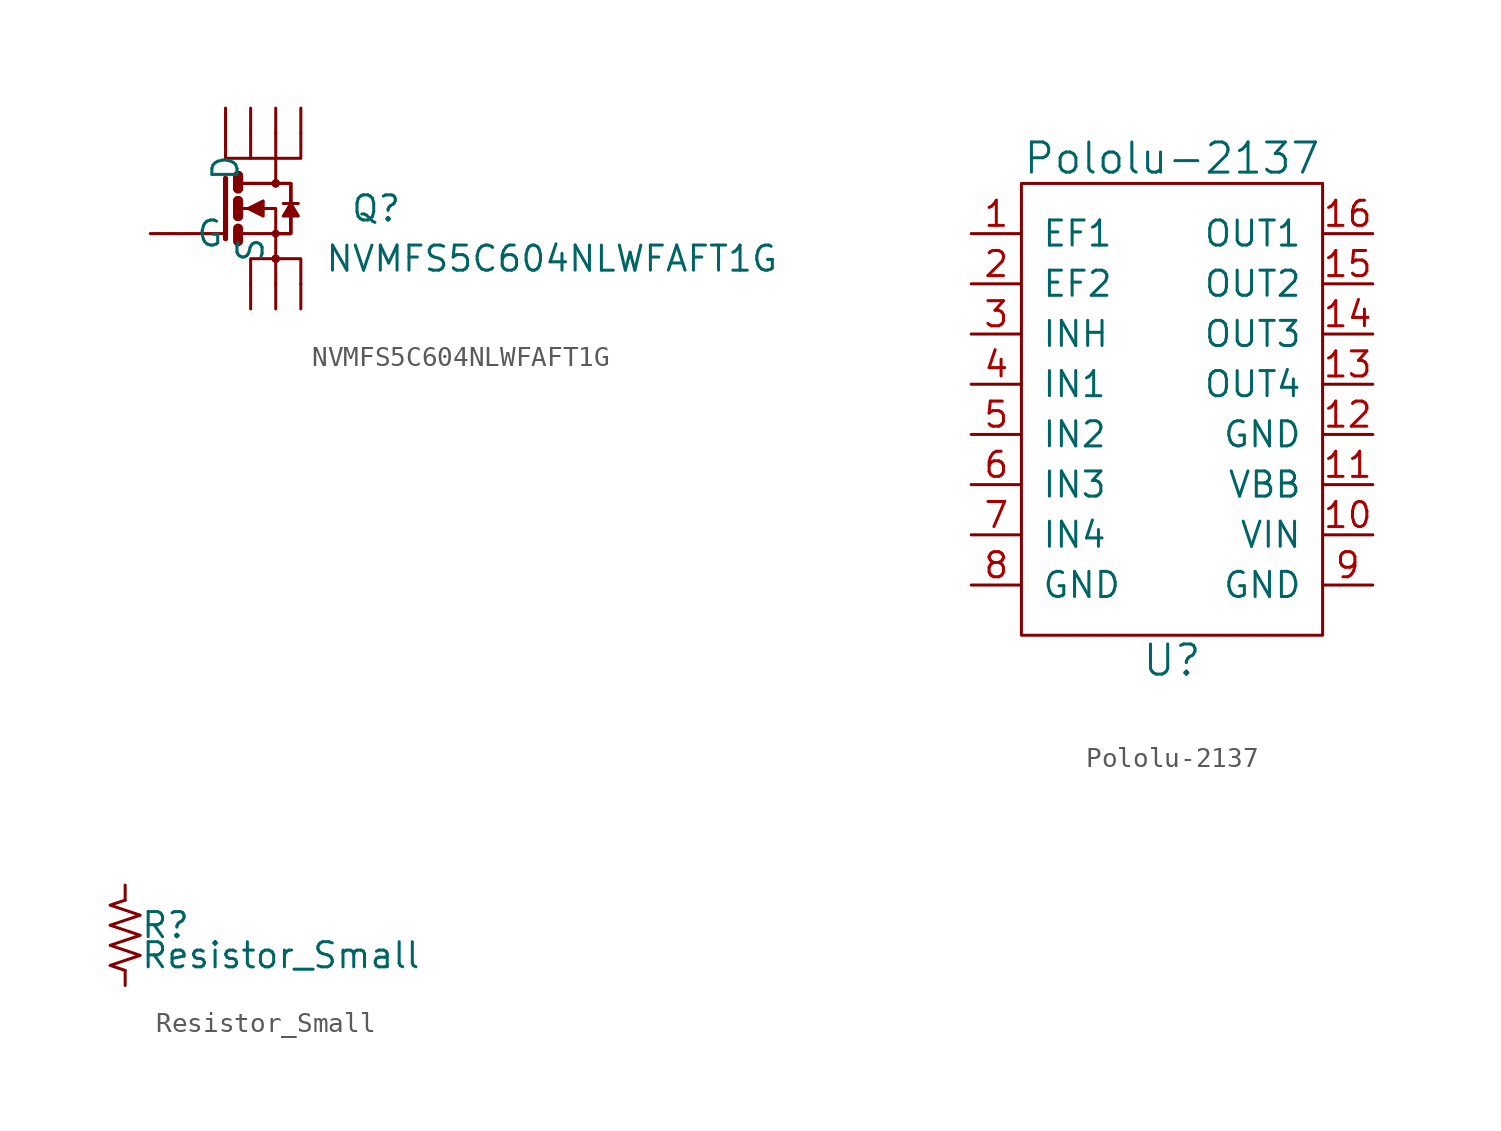
<source format=kicad_sym>
(kicad_symbol_lib
  (version 20211014)
  (generator kicad_symbol_editor)
  (symbol "NVMFS5C604NLWFAFT1G"
    (pin_names
      (offset 1.016))
    (property "Reference" "Q"
      (at 6.35 0 0)
      (effects (font (size 1.27 1.27))))
    (property "Value" "NVMFS5C604NLWFAFT1G"
      (at 15.24 -2.54 0)
      (effects (font (size 1.27 1.27))))
    (symbol "NVMFS5C604NLWFAFT1G_1_1"
      (polyline (pts (xy -3.81 -1.27) (xy -2.54 -1.27)) (stroke (width 0) (type default) (color 0 0 0 0)) (fill (type none)))
      (polyline (pts (xy -1.27 -1.27) (xy -2.54 -1.27)) (stroke (width 0) (type default) (color 0 0 0 0)) (fill (type none)))
      (polyline (pts (xy -0.635 -1.016) (xy -0.635 -1.651)) (stroke (width 0.508) (type default) (color 0 0 0 0)) (fill (type none)))
      (polyline (pts (xy -0.635 0.381) (xy -0.635 -0.381)) (stroke (width 0.508) (type default) (color 0 0 0 0)) (fill (type none)))
      (polyline (pts (xy -0.635 0.381) (xy -0.635 -0.381)) (stroke (width 0.508) (type default) (color 0 0 0 0)) (fill (type none)))
      (polyline (pts (xy -0.635 1.651) (xy -0.635 1.016)) (stroke (width 0.508) (type default) (color 0 0 0 0)) (fill (type none)))
      (polyline (pts (xy -0.635 1.651) (xy -0.635 1.016)) (stroke (width 0.508) (type default) (color 0 0 0 0)) (fill (type none)))
      (polyline (pts (xy -0.508 -1.27) (xy 1.27 -1.27)) (stroke (width 0) (type default) (color 0 0 0 0)) (fill (type none)))
      (polyline (pts (xy -0.508 1.27) (xy 1.27 1.27)) (stroke (width 0) (type default) (color 0 0 0 0)) (fill (type none)))
      (polyline (pts (xy -0.508 1.27) (xy 1.27 1.27)) (stroke (width 0) (type default) (color 0 0 0 0)) (fill (type none)))
      (polyline (pts (xy -0.508 1.27) (xy 1.27 1.27)) (stroke (width 0) (type default) (color 0 0 0 0)) (fill (type none)))
      (polyline (pts (xy -0.508 1.27) (xy 1.27 1.27)) (stroke (width 0) (type default) (color 0 0 0 0)) (fill (type none)))
      (polyline (pts (xy 0 3.81) (xy 0 2.54)) (stroke (width 0) (type default) (color 0 0 0 0)) (fill (type none)))
      (polyline (pts (xy 1.27 -2.54) (xy 1.27 -3.81)) (stroke (width 0) (type default) (color 0 0 0 0)) (fill (type none)))
      (polyline (pts (xy 1.27 -1.27) (xy 1.27 -2.54)) (stroke (width 0) (type default) (color 0 0 0 0)) (fill (type none)))
      (polyline (pts (xy 1.27 3.81) (xy 1.27 2.54)) (stroke (width 0) (type default) (color 0 0 0 0)) (fill (type none)))
      (polyline (pts (xy 1.651 0.254) (xy 2.413 0.254)) (stroke (width 0) (type default) (color 0 0 0 0)) (fill (type none)))
      (polyline (pts (xy -1.27 1.524) (xy -1.27 -1.524) (xy -1.27 -1.524)) (stroke (width 0.254) (type default) (color 0 0 0 0)) (fill (type none)))
      (polyline (pts (xy -1.27 1.524) (xy -1.27 -1.524) (xy -1.27 -1.524)) (stroke (width 0.254) (type default) (color 0 0 0 0)) (fill (type none)))
      (polyline (pts (xy -0.508 0) (xy 1.27 0) (xy 1.27 -1.27)) (stroke (width 0) (type default) (color 0 0 0 0)) (fill (type none)))
      (polyline (pts (xy 1.27 -2.54) (xy 0 -2.54) (xy 0 -3.81)) (stroke (width 0) (type default) (color 0 0 0 0)) (fill (type none)))
      (polyline (pts (xy 1.27 -2.54) (xy 2.54 -2.54) (xy 2.54 -3.81)) (stroke (width 0) (type default) (color 0 0 0 0)) (fill (type none)))
      (polyline (pts (xy 2.54 3.81) (xy 2.54 2.54) (xy 1.27 2.54)) (stroke (width 0) (type default) (color 0 0 0 0)) (fill (type none)))
      (polyline (pts (xy -1.27 3.81) (xy -1.27 2.54) (xy 1.27 2.54) (xy 1.27 1.27)) (stroke (width 0) (type default) (color 0 0 0 0)) (fill (type none)))
      (polyline (pts (xy -0.127 0) (xy 0.635 -0.381) (xy 0.635 0.381) (xy -0.127 0)) (stroke (width 0) (type default) (color 0 0 0 0)) (fill (type outline)))
      (polyline (pts (xy 1.27 -1.27) (xy 2.032 -1.27) (xy 2.032 1.27) (xy 1.27 1.27)) (stroke (width 0) (type default) (color 0 0 0 0)) (fill (type none)))
      (polyline (pts (xy 1.27 -1.27) (xy 2.032 -1.27) (xy 2.032 1.27) (xy 1.27 1.27)) (stroke (width 0) (type default) (color 0 0 0 0)) (fill (type none)))
      (polyline (pts (xy 1.27 -1.27) (xy 2.032 -1.27) (xy 2.032 1.27) (xy 1.27 1.27)) (stroke (width 0) (type default) (color 0 0 0 0)) (fill (type none)))
      (polyline (pts (xy 1.27 -1.27) (xy 2.032 -1.27) (xy 2.032 1.27) (xy 1.27 1.27)) (stroke (width 0) (type default) (color 0 0 0 0)) (fill (type none)))
      (polyline (pts (xy 2.032 0.254) (xy 2.413 -0.381) (xy 1.651 -0.381) (xy 2.032 0.254)) (stroke (width 0) (type default) (color 0 0 0 0)) (fill (type outline)))
      (circle (center 1.27 -2.54) (radius 0.127) (stroke (width 0) (type default) (color 0 0 0 0)) (fill (type none)))
      (circle (center 1.27 -2.54) (radius 0.127) (stroke (width 0) (type default) (color 0 0 0 0)) (fill (type none)))
      (circle (center 1.27 -2.54) (radius 0.127) (stroke (width 0) (type default) (color 0 0 0 0)) (fill (type none)))
      (circle (center 1.27 -2.54) (radius 0.127) (stroke (width 0) (type default) (color 0 0 0 0)) (fill (type none)))
      (circle (center 1.27 -1.27) (radius 0.127) (stroke (width 0) (type default) (color 0 0 0 0)) (fill (type none)))
      (circle (center 1.27 1.27) (radius 0.127) (stroke (width 0) (type default) (color 0 0 0 0)) (fill (type none)))
      (circle (center 1.27 1.27) (radius 0.127) (stroke (width 0) (type default) (color 0 0 0 0)) (fill (type none)))
      (circle (center 1.27 1.27) (radius 0.127) (stroke (width 0) (type default) (color 0 0 0 0)) (fill (type none)))
      (circle (center 1.27 1.27) (radius 0.127) (stroke (width 0) (type default) (color 0 0 0 0)) (fill (type none)))
      (pin power_in line (at 2.54 -5.08 90) (length 1.27) (name "S" (effects (font (size 0 0)))) (number "1" (effects (font (size 0 0)))))
      (pin bidirectional line (at 1.27 -5.08 90) (length 1.27) (name "S" (effects (font (size 0 0)))) (number "2" (effects (font (size 0 0)))))
      (pin bidirectional line (at 0 -5.08 90) (length 1.27) (name "S" (effects (font (size 1.27 1.27)))) (number "3" (effects (font (size 0 0)))))
      (pin passive line (at -5.08 -1.27 0) (length 1.27) (name "G" (effects (font (size 1.27 1.27)))) (number "4" (effects (font (size 0 0)))))
      (pin bidirectional line (at -1.27 5.08 270) (length 1.27) (name "D" (effects (font (size 1.27 1.27)))) (number "5" (effects (font (size 0 0)))))
      (pin power_in line (at 0 5.08 270) (length 1.27) (name "D" (effects (font (size 0 0)))) (number "5" (effects (font (size 0 0)))))
      (pin power_in line (at 1.27 5.08 270) (length 1.27) (name "D" (effects (font (size 0 0)))) (number "5" (effects (font (size 0 0)))))
      (pin power_in line (at 2.54 5.08 270) (length 1.27) (name "D" (effects (font (size 0 0)))) (number "5" (effects (font (size 0 0)))))))
  (symbol "Pololu-2137"
    (pin_names
      (offset 1.016))
    (property "Reference" "U"
      (at 0 -7.62 0)
      (effects (font (size 1.524 1.524))))
    (property "Value" "Pololu-2137"
      (at 0 17.78 0)
      (effects (font (size 1.524 1.524))))
    (symbol "Pololu-2137_0_1"
      (rectangle (start -7.62 16.51) (end 7.62 -6.35) (stroke (width 0) (type default) (color 0 0 0 0)) (fill (type none))))
    (symbol "Pololu-2137_1_1"
      (pin passive line (at -10.16 13.97 0) (length 2.54) (name "EF1" (effects (font (size 1.27 1.27)))) (number "1" (effects (font (size 1.27 1.27)))))
      (pin passive line (at 10.16 -1.27 180) (length 2.54) (name "VIN" (effects (font (size 1.27 1.27)))) (number "10" (effects (font (size 1.27 1.27)))))
      (pin passive line (at 10.16 1.27 180) (length 2.54) (name "VBB" (effects (font (size 1.27 1.27)))) (number "11" (effects (font (size 1.27 1.27)))))
      (pin passive line (at 10.16 3.81 180) (length 2.54) (name "GND" (effects (font (size 1.27 1.27)))) (number "12" (effects (font (size 1.27 1.27)))))
      (pin passive line (at 10.16 6.35 180) (length 2.54) (name "OUT4" (effects (font (size 1.27 1.27)))) (number "13" (effects (font (size 1.27 1.27)))))
      (pin passive line (at 10.16 8.89 180) (length 2.54) (name "OUT3" (effects (font (size 1.27 1.27)))) (number "14" (effects (font (size 1.27 1.27)))))
      (pin passive line (at 10.16 11.43 180) (length 2.54) (name "OUT2" (effects (font (size 1.27 1.27)))) (number "15" (effects (font (size 1.27 1.27)))))
      (pin passive line (at 10.16 13.97 180) (length 2.54) (name "OUT1" (effects (font (size 1.27 1.27)))) (number "16" (effects (font (size 1.27 1.27)))))
      (pin passive line (at -10.16 11.43 0) (length 2.54) (name "EF2" (effects (font (size 1.27 1.27)))) (number "2" (effects (font (size 1.27 1.27)))))
      (pin passive line (at -10.16 8.89 0) (length 2.54) (name "INH" (effects (font (size 1.27 1.27)))) (number "3" (effects (font (size 1.27 1.27)))))
      (pin passive line (at -10.16 6.35 0) (length 2.54) (name "IN1" (effects (font (size 1.27 1.27)))) (number "4" (effects (font (size 1.27 1.27)))))
      (pin passive line (at -10.16 3.81 0) (length 2.54) (name "IN2" (effects (font (size 1.27 1.27)))) (number "5" (effects (font (size 1.27 1.27)))))
      (pin passive line (at -10.16 1.27 0) (length 2.54) (name "IN3" (effects (font (size 1.27 1.27)))) (number "6" (effects (font (size 1.27 1.27)))))
      (pin passive line (at -10.16 -1.27 0) (length 2.54) (name "IN4" (effects (font (size 1.27 1.27)))) (number "7" (effects (font (size 1.27 1.27)))))
      (pin passive line (at -10.16 -3.81 0) (length 2.54) (name "GND" (effects (font (size 1.27 1.27)))) (number "8" (effects (font (size 1.27 1.27)))))
      (pin passive line (at 10.16 -3.81 180) (length 2.54) (name "GND" (effects (font (size 1.27 1.27)))) (number "9" (effects (font (size 1.27 1.27)))))))
  (symbol "Resistor_Small"
    (pin_numbers hide)
    (pin_names
      (offset 0.254) hide)
    (property "Reference" "R"
      (at 0.762 0.508 0)
      (effects (font (size 1.27 1.27)) (justify left)))
    (property "Value" "Resistor_Small"
      (at 0.762 -1.016 0)
      (effects (font (size 1.27 1.27)) (justify left)))
    (symbol "Resistor_Small_0_1"
      (polyline (pts (xy 0 -1.778) (xy -0.762 -1.524) (xy 0.762 -1.016) (xy -0.762 -0.508) (xy 0.762 0) (xy -0.762 0.508) (xy 0.762 1.016) (xy -0.762 1.524) (xy 0 1.778)) (stroke (width 0) (type default) (color 0 0 0 0)) (fill (type none))))
    (symbol "Resistor_Small_1_1"
      (pin passive line (at 0 2.54 270) (length 0.762) (name "~" (effects (font (size 1.27 1.27)))) (number "1" (effects (font (size 1.27 1.27)))))
      (pin passive line (at 0 -2.54 90) (length 0.762) (name "~" (effects (font (size 1.27 1.27)))) (number "2" (effects (font (size 1.27 1.27))))))))
</source>
